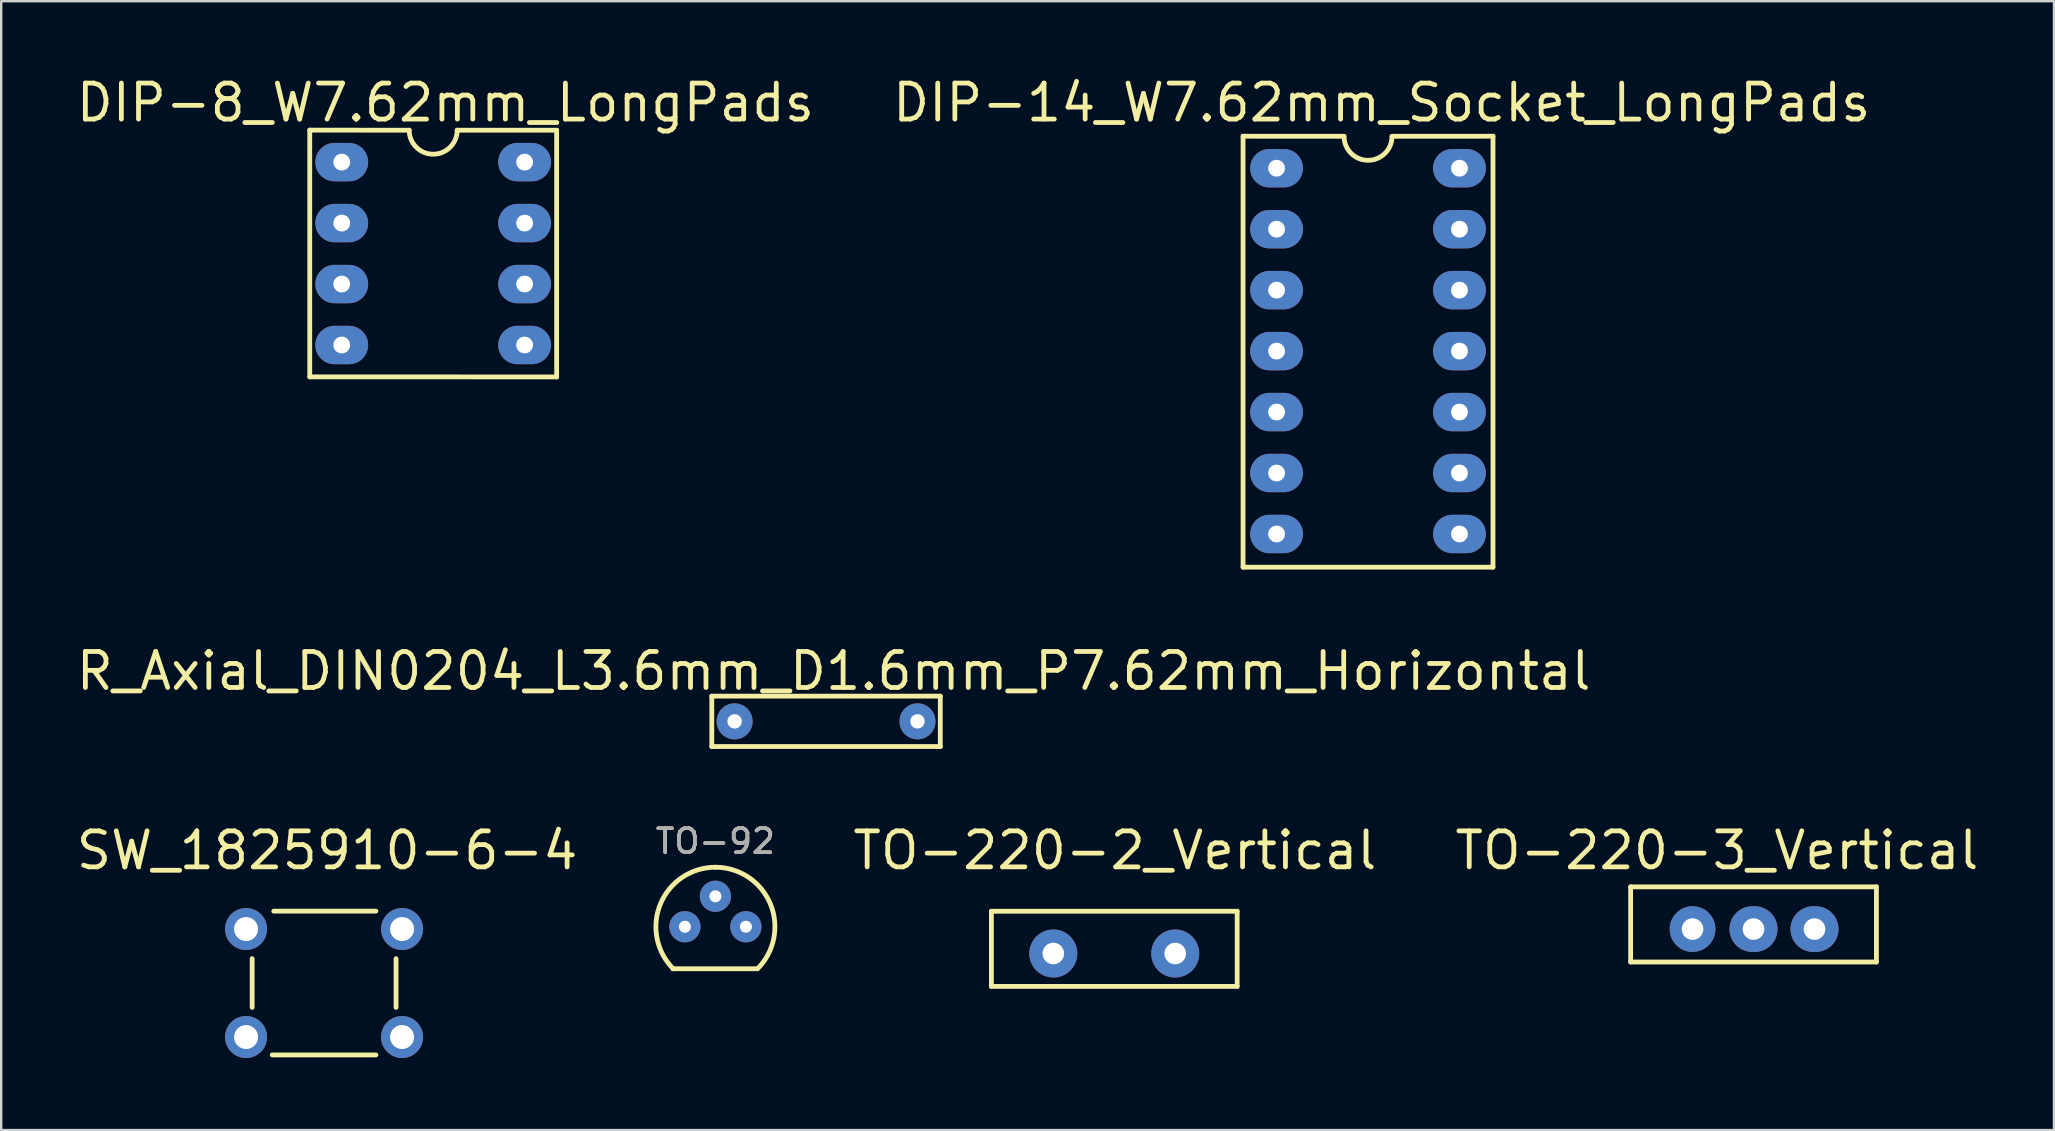
<source format=kicad_pcb>
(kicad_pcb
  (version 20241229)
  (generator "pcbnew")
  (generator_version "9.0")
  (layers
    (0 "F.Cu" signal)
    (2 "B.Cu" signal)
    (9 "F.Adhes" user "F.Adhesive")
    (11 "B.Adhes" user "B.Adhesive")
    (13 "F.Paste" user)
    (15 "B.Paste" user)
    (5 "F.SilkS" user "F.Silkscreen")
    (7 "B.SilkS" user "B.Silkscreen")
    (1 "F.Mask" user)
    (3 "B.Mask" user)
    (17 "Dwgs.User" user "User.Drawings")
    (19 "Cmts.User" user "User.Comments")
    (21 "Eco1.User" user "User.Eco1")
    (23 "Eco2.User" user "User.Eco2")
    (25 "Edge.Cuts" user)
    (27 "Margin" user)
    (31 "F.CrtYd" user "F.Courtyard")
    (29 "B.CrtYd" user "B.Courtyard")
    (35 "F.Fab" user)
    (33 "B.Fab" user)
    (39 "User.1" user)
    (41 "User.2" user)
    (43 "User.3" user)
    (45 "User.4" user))
  (footprint "TO-92"
    (layer "F.Cu")
    (at 25.488 35.564)
    (property "Reference" "TO-92" (at 1.27 -3.56 0) (layer "F.SilkS") (effects (font (size 1 1) (thickness 0.15))))
    (attr through_hole)
    (fp_line (start -0.5 1.75) (end 3 1.75) (stroke (width 0.2) (type solid)) (layer "F.SilkS"))
    (fp_arc (start -0.483625 1.753625) (mid -1.021221 -0.949055) (end 1.27 -2.48) (stroke (width 0.2) (type solid)) (layer "F.SilkS"))
    (fp_arc (start 1.27 -2.48) (mid 3.561221 -0.949055) (end 3.023625 1.753625) (stroke (width 0.2) (type solid)) (layer "F.SilkS"))
    (fp_text user "${REFERENCE}" (at 1.27 -3.56 0) (layer "F.Fab") (effects (font (size 1 1) (thickness 0.15))))
    (pad "1" thru_hole circle (at 2.54 0 90) (size 1.3 1.3) (drill 0.5) (layers "*.Cu" "*.Mask"))
    (pad "2" thru_hole circle (at 1.27 -1.27 90) (size 1.3 1.3) (drill 0.5) (layers "*.Cu" "*.Mask"))
    (pad "3" thru_hole circle (at 0 0 90) (size 1.3 1.3) (drill 0.5) (layers "*.Cu" "*.Mask")))
  (footprint "SW_1825910-6-4"
    (layer "F.Cu")
    (at 10.452 37.909)
    (property "Reference" "SW_1825910-6-4" (at 0.127 -5.524 0) (layer "F.SilkS") (effects (font (size 1.5 1.5) (thickness 0.2))))
    (attr through_hole)
    (fp_line (start -2.995 -1.016) (end -2.995 1.016) (stroke (width 0.2) (type solid)) (layer "F.SilkS"))
    (fp_line (start -2.095 -2.995) (end 2.159 -2.995) (stroke (width 0.2) (type solid)) (layer "F.SilkS"))
    (fp_line (start 2.159 2.995) (end -2.159 2.995) (stroke (width 0.2) (type solid)) (layer "F.SilkS"))
    (fp_line (start 3 -1.016) (end 3 1.016) (stroke (width 0.2) (type solid)) (layer "F.SilkS"))
    (pad "1" thru_hole circle (at -3.25 -2.25) (size 1.75 1.75) (drill 1) (layers "*.Cu" "*.Mask"))
    (pad "2" thru_hole circle (at -3.25 2.25) (size 1.75 1.75) (drill 1) (layers "*.Cu" "*.Mask"))
    (pad "3" thru_hole circle (at 3.25 -2.25) (size 1.75 1.75) (drill 1) (layers "*.Cu" "*.Mask"))
    (pad "4" thru_hole circle (at 3.25 2.25) (size 1.75 1.75) (drill 1) (layers "*.Cu" "*.Mask")))
  (footprint "DIP-14_W7.62mm_Socket_LongPads"
    (layer "F.Cu")
    (at 50.14 3.959)
    (property "Reference" "DIP-14_W7.62mm_Socket_LongPads" (at 4.381 -2.731 0) (layer "F.SilkS") (effects (font (size 1.5 1.5) (thickness 0.2))))
    (attr through_hole)
    (fp_line (start -1.397 -1.333) (end -1.397 16.623) (stroke (width 0.2) (type solid)) (layer "F.SilkS"))
    (fp_line (start -1.397 16.623) (end 9.017 16.623) (stroke (width 0.2) (type solid)) (layer "F.SilkS"))
    (fp_line (start 2.81 -1.33) (end -1.397 -1.333) (stroke (width 0.2) (type solid)) (layer "F.SilkS"))
    (fp_line (start 4.81 -1.33) (end 9.017 -1.333) (stroke (width 0.2) (type solid)) (layer "F.SilkS"))
    (fp_line (start 9.017 16.623) (end 9.017 -1.333) (stroke (width 0.2) (type solid)) (layer "F.SilkS"))
    (fp_arc (start 4.81 -1.33) (mid 3.81 -0.33) (end 2.81 -1.33) (stroke (width 0.2) (type solid)) (layer "F.SilkS"))
    (pad "1" thru_hole oval (at 0 0) (size 2.2 1.6) (drill 0.7) (layers "*.Cu" "*.Mask"))
    (pad "2" thru_hole oval (at 0 2.54) (size 2.2 1.6) (drill 0.7) (layers "*.Cu" "*.Mask"))
    (pad "3" thru_hole oval (at 0 5.08) (size 2.2 1.6) (drill 0.7) (layers "*.Cu" "*.Mask"))
    (pad "4" thru_hole oval (at 0 7.62) (size 2.2 1.6) (drill 0.7) (layers "*.Cu" "*.Mask"))
    (pad "5" thru_hole oval (at 0 10.16) (size 2.2 1.6) (drill 0.7) (layers "*.Cu" "*.Mask"))
    (pad "6" thru_hole oval (at 0 12.7) (size 2.2 1.6) (drill 0.7) (layers "*.Cu" "*.Mask"))
    (pad "7" thru_hole oval (at 0 15.24) (size 2.2 1.6) (drill 0.7) (layers "*.Cu" "*.Mask"))
    (pad "8" thru_hole oval (at 7.62 15.24) (size 2.2 1.6) (drill 0.7) (layers "*.Cu" "*.Mask"))
    (pad "9" thru_hole oval (at 7.62 12.7) (size 2.2 1.6) (drill 0.7) (layers "*.Cu" "*.Mask"))
    (pad "10" thru_hole oval (at 7.62 10.16) (size 2.2 1.6) (drill 0.7) (layers "*.Cu" "*.Mask"))
    (pad "11" thru_hole oval (at 7.62 7.62) (size 2.2 1.6) (drill 0.7) (layers "*.Cu" "*.Mask"))
    (pad "12" thru_hole oval (at 7.62 5.08) (size 2.2 1.6) (drill 0.7) (layers "*.Cu" "*.Mask"))
    (pad "13" thru_hole oval (at 7.62 2.54) (size 2.2 1.6) (drill 0.7) (layers "*.Cu" "*.Mask"))
    (pad "14" thru_hole oval (at 7.62 0) (size 2.2 1.6) (drill 0.7) (layers "*.Cu" "*.Mask")))
  (footprint "TO-220-2_Vertical"
    (layer "F.Cu")
    (at 40.862 36.654)
    (property "Reference" "TO-220-2_Vertical" (at 2.54 -4.27 0) (layer "F.SilkS") (effects (font (size 1.5 1.5) (thickness 0.2))))
    (attr through_hole)
    (fp_line (start -2.605 -1.735) (end -2.605 1.396) (stroke (width 0.2) (type solid)) (layer "F.SilkS"))
    (fp_line (start -2.605 -1.735) (end 7.635 -1.735) (stroke (width 0.2) (type solid)) (layer "F.SilkS"))
    (fp_line (start -2.605 1.396) (end 7.635 1.396) (stroke (width 0.2) (type solid)) (layer "F.SilkS"))
    (fp_line (start 7.635 -1.735) (end 7.635 1.396) (stroke (width 0.2) (type solid)) (layer "F.SilkS"))
    (pad "1" thru_hole circle (at -0.025 0.025) (size 2 2) (drill 0.9) (layers "*.Cu" "*.Mask"))
    (pad "2" thru_hole circle (at 5.055 0.025) (size 2 2) (drill 0.9) (layers "*.Cu" "*.Mask")))
  (footprint "TO-220-3_Vertical"
    (layer "F.Cu")
    (at 67.447 35.61)
    (property "Reference" "TO-220-3_Vertical" (at 1.041 -3.226 180) (layer "F.SilkS") (effects (font (size 1.5 1.5) (thickness 0.2))))
    (attr through_hole)
    (fp_line (start -2.555 -1.709) (end -2.555 1.422) (stroke (width 0.2) (type solid)) (layer "F.SilkS"))
    (fp_line (start -2.555 -1.709) (end 7.685 -1.709) (stroke (width 0.2) (type solid)) (layer "F.SilkS"))
    (fp_line (start -2.555 1.422) (end 7.685 1.422) (stroke (width 0.2) (type solid)) (layer "F.SilkS"))
    (fp_line (start 7.685 -1.709) (end 7.685 1.422) (stroke (width 0.2) (type solid)) (layer "F.SilkS"))
    (pad "1" thru_hole circle (at 0.025 0.051) (size 1.905 1.905) (drill 0.9) (layers "*.Cu" "*.Mask"))
    (pad "2" thru_hole oval (at 2.565 0.051 90) (size 1.905 2) (drill 0.9) (layers "*.Cu" "*.Mask"))
    (pad "3" thru_hole oval (at 5.105 0.051 90) (size 1.905 2) (drill 0.9) (layers "*.Cu" "*.Mask")))
  (footprint "R_Axial_DIN0204_L3.6mm_D1.6mm_P7.62mm_Horizontal"
    (layer "F.Cu")
    (at 27.558 27.006)
    (property "Reference" "R_Axial_DIN0204_L3.6mm_D1.6mm_P7.62mm_Horizontal" (at 4.128 -2.095 0) (layer "F.SilkS") (effects (font (size 1.5 1.5) (thickness 0.2))))
    (attr through_hole)
    (fp_line (start -0.95 -1.05) (end -0.95 1.05) (stroke (width 0.2) (type solid)) (layer "F.SilkS"))
    (fp_line (start -0.95 1.05) (end 8.57 1.05) (stroke (width 0.2) (type solid)) (layer "F.SilkS"))
    (fp_line (start 8.57 -1.05) (end -0.95 -1.05) (stroke (width 0.2) (type solid)) (layer "F.SilkS"))
    (fp_line (start 8.57 1.05) (end 8.57 -1.05) (stroke (width 0.2) (type solid)) (layer "F.SilkS"))
    (pad "1" thru_hole circle (at 0 0) (size 1.5 1.5) (drill 0.6) (layers "*.Cu" "*.Mask"))
    (pad "2" thru_hole oval (at 7.62 0) (size 1.5 1.5) (drill 0.6) (layers "*.Cu" "*.Mask")))
  (footprint "DIP-8_W7.62mm_LongPads"
    (layer "F.Cu")
    (at 11.189 3.705)
    (property "Reference" "DIP-8_W7.62mm_LongPads" (at 4.318 -2.477 0) (layer "F.SilkS") (effects (font (size 1.5 1.5) (thickness 0.2))))
    (attr through_hole)
    (fp_line (start -1.333 -1.333) (end -1.333 8.947) (stroke (width 0.2) (type solid)) (layer "F.SilkS"))
    (fp_line (start -1.333 8.947) (end 8.954 8.95) (stroke (width 0.2) (type solid)) (layer "F.SilkS"))
    (fp_line (start 2.81 -1.33) (end -1.333 -1.333) (stroke (width 0.2) (type solid)) (layer "F.SilkS"))
    (fp_line (start 8.954 -1.33) (end 4.81 -1.33) (stroke (width 0.2) (type solid)) (layer "F.SilkS"))
    (fp_line (start 8.954 8.95) (end 8.954 -1.33) (stroke (width 0.2) (type solid)) (layer "F.SilkS"))
    (fp_arc (start 4.81 -1.33) (mid 3.81 -0.33) (end 2.81 -1.33) (stroke (width 0.2) (type solid)) (layer "F.SilkS"))
    (pad "1" thru_hole oval (at 0 0) (size 2.2 1.6) (drill 0.7) (layers "*.Cu" "*.Mask"))
    (pad "2" thru_hole oval (at 0 2.54) (size 2.2 1.6) (drill 0.7) (layers "*.Cu" "*.Mask"))
    (pad "3" thru_hole oval (at 0 5.08) (size 2.2 1.6) (drill 0.7) (layers "*.Cu" "*.Mask"))
    (pad "4" thru_hole oval (at 0 7.62) (size 2.2 1.6) (drill 0.7) (layers "*.Cu" "*.Mask"))
    (pad "5" thru_hole oval (at 7.62 7.62) (size 2.2 1.6) (drill 0.7) (layers "*.Cu" "*.Mask"))
    (pad "6" thru_hole oval (at 7.62 5.08) (size 2.2 1.6) (drill 0.7) (layers "*.Cu" "*.Mask"))
    (pad "7" thru_hole oval (at 7.62 2.54) (size 2.2 1.6) (drill 0.7) (layers "*.Cu" "*.Mask"))
    (pad "8" thru_hole oval (at 7.62 0) (size 2.2 1.6) (drill 0.7) (layers "*.Cu" "*.Mask")))
  (gr_rect
    (start -3 -3)
    (end 82.531 44.034)
    (stroke (width 0.1) (type default))
    (fill no)
    (layer "Edge.Cuts")))
</source>
